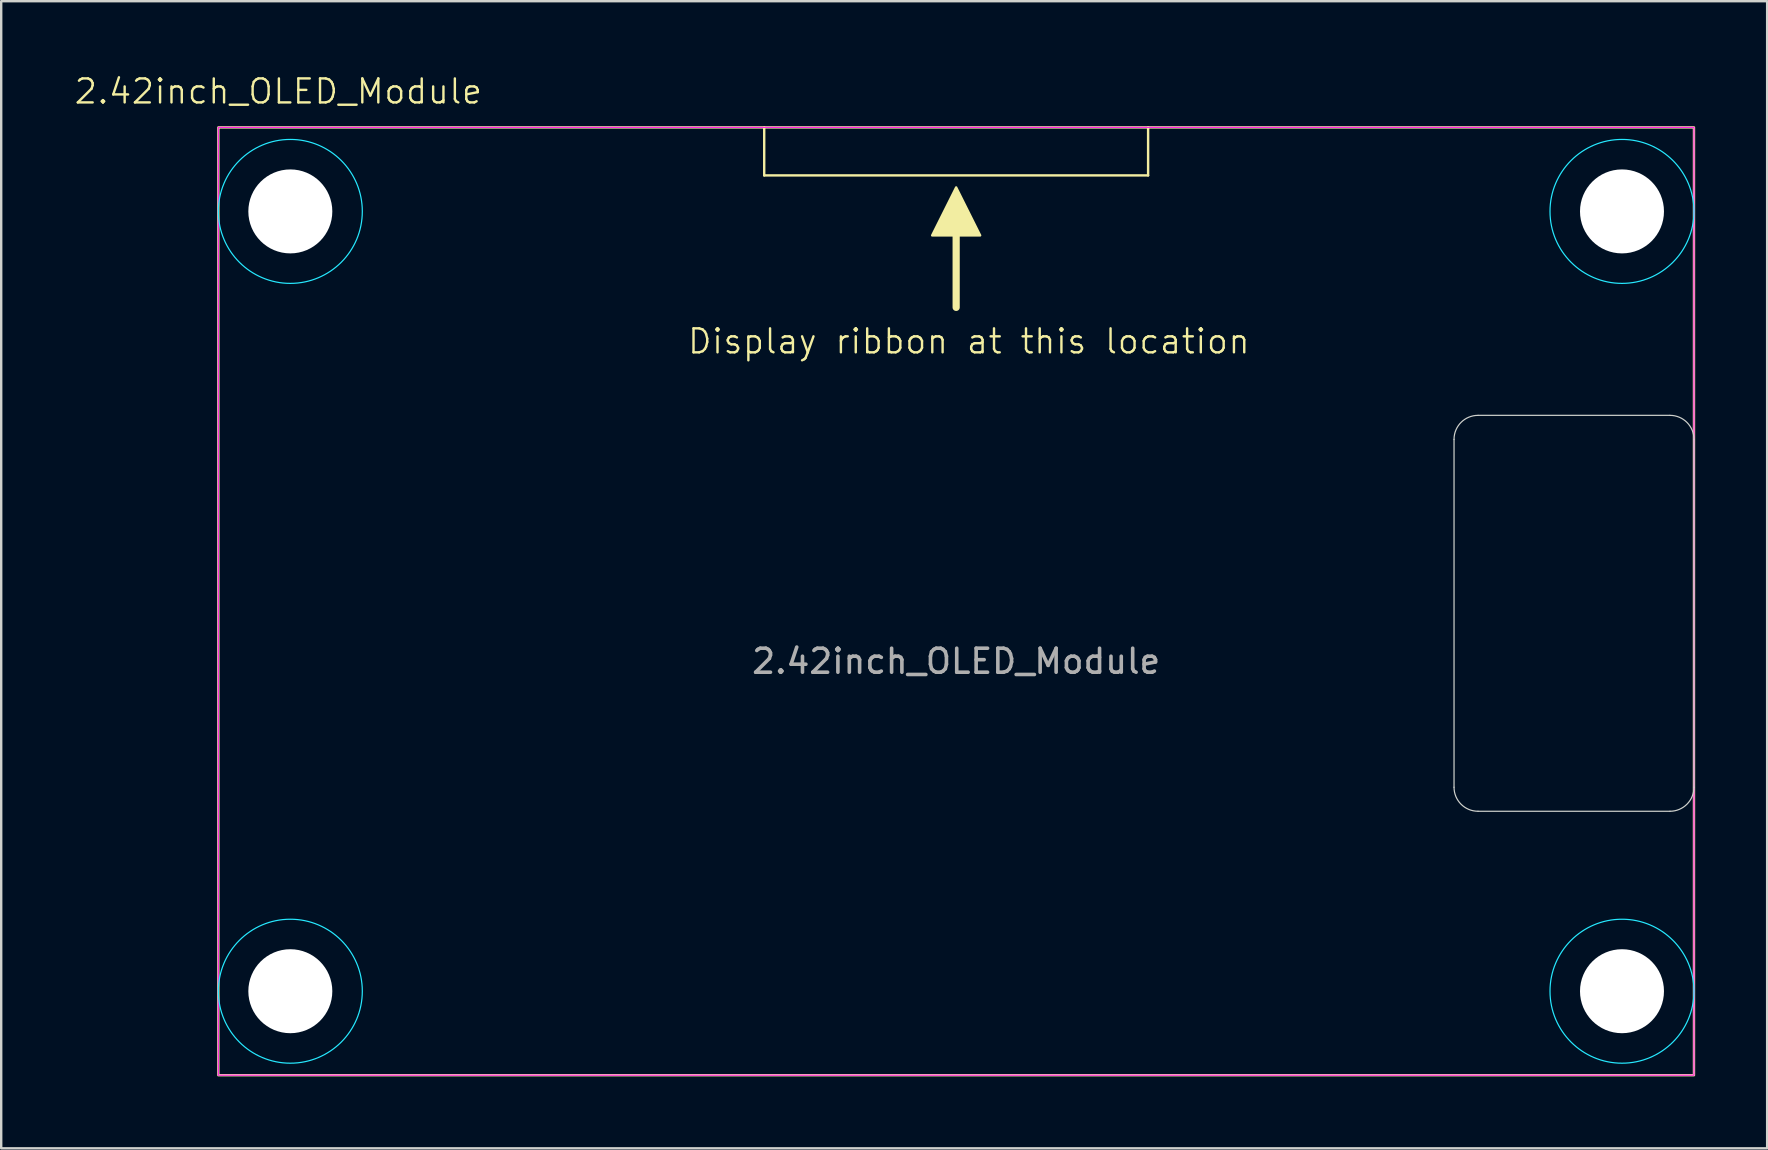
<source format=kicad_pcb>
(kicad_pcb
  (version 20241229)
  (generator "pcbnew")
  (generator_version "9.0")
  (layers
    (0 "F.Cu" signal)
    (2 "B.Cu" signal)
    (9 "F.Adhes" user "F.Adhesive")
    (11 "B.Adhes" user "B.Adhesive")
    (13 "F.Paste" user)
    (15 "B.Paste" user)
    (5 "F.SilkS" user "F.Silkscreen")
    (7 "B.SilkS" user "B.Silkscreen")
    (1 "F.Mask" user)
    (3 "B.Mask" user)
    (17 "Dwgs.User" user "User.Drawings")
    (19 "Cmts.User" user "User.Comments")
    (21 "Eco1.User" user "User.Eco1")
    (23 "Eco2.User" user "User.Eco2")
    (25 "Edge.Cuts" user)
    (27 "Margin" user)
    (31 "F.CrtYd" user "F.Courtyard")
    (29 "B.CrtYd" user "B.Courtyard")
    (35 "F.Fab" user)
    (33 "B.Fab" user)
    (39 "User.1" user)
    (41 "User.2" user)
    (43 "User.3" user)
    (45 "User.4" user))
  (footprint "2.42inch_OLED_Module"
    (layer "F.Cu")
    (at 36.8 22.011)
    (property "Reference" "2.42inch_OLED_Module" (at -28.25 -21.25 0) (unlocked yes) (layer "F.SilkS") (effects (font (size 1 1) (thickness 0.1))))
    (fp_line (start -8 -17.75) (end -8 -19.75) (stroke (width 0.1) (type default)) (layer "F.SilkS"))
    (fp_line (start -8 -17.75) (end 8 -17.75) (stroke (width 0.1) (type default)) (layer "F.SilkS"))
    (fp_line (start 0 -15.75) (end 0 -12.25) (stroke (width 0.3) (type default)) (layer "F.SilkS"))
    (fp_line (start 8 -17.75) (end 8 -19.75) (stroke (width 0.1) (type default)) (layer "F.SilkS"))
    (fp_rect (start -30.75 -19.75) (end 30.75 19.75) (stroke (width 0.1) (type default)) (fill no) (layer "F.SilkS"))
    (fp_poly (pts (xy -1 -15.25) (xy 0 -17.25) (xy 1 -15.25)) (stroke (width 0.1) (type solid)) (fill yes) (layer "F.SilkS"))
    (fp_line (start 20.75 -6.75) (end 20.75 7.75) (stroke (width 0.05) (type default)) (layer "Edge.Cuts"))
    (fp_line (start 29.75 -7.75) (end 21.75 -7.75) (stroke (width 0.05) (type default)) (layer "Edge.Cuts"))
    (fp_line (start 29.75 8.75) (end 21.75 8.75) (stroke (width 0.05) (type default)) (layer "Edge.Cuts"))
    (fp_line (start 30.75 -6.75) (end 30.75 7.75) (stroke (width 0.05) (type default)) (layer "Edge.Cuts"))
    (fp_arc (start 20.75 -6.75) (mid 21.042893 -7.457107) (end 21.75 -7.75) (stroke (width 0.05) (type default)) (layer "Edge.Cuts"))
    (fp_arc (start 21.75 8.75) (mid 21.042893 8.457107) (end 20.75 7.75) (stroke (width 0.05) (type default)) (layer "Edge.Cuts"))
    (fp_arc (start 29.75 -7.75) (mid 30.457107 -7.457107) (end 30.75 -6.75) (stroke (width 0.05) (type default)) (layer "Edge.Cuts"))
    (fp_arc (start 30.75 7.75) (mid 30.457107 8.457107) (end 29.75 8.75) (stroke (width 0.05) (type default)) (layer "Edge.Cuts"))
    (fp_circle (center -27.75 -16.25) (end -27.75 -13.25) (stroke (width 0.05) (type default)) (fill no) (layer "B.CrtYd"))
    (fp_circle (center -27.75 16.25) (end -27.75 19.25) (stroke (width 0.05) (type default)) (fill no) (layer "B.CrtYd"))
    (fp_circle (center 27.75 -16.25) (end 27.75 -13.25) (stroke (width 0.05) (type default)) (fill no) (layer "B.CrtYd"))
    (fp_circle (center 27.75 16.25) (end 27.75 19.25) (stroke (width 0.05) (type default)) (fill no) (layer "B.CrtYd"))
    (fp_rect (start -30.75 -19.75) (end 30.75 19.75) (stroke (width 0.05) (type default)) (fill no) (layer "F.CrtYd"))
    (fp_text user "Display ribbon at this location" (at -11.25 -10.25 0) (unlocked yes) (layer "F.SilkS") (effects (font (size 1 1) (thickness 0.1)) (justify left bottom)))
    (fp_text user "${REFERENCE}" (at 0 2.5 0) (unlocked yes) (layer "F.Fab") (effects (font (size 1 1) (thickness 0.15))))
    (pad "" np_thru_hole circle (at -27.75 -16.25) (size 3.5 3.5) (drill 3.5) (layers "*.Cu" "*.Mask"))
    (pad "" np_thru_hole circle (at -27.75 16.25) (size 3.5 3.5) (drill 3.5) (layers "*.Cu" "*.Mask"))
    (pad "" np_thru_hole circle (at 27.75 -16.25) (size 3.5 3.5) (drill 3.5) (layers "*.Cu" "*.Mask"))
    (pad "" np_thru_hole circle (at 27.75 16.25) (size 3.5 3.5) (drill 3.5) (layers "*.Cu" "*.Mask")))
  (gr_rect
    (start -3 -3)
    (end 70.6 44.81)
    (stroke (width 0.1) (type default))
    (fill no)
    (layer "Edge.Cuts")))
</source>
